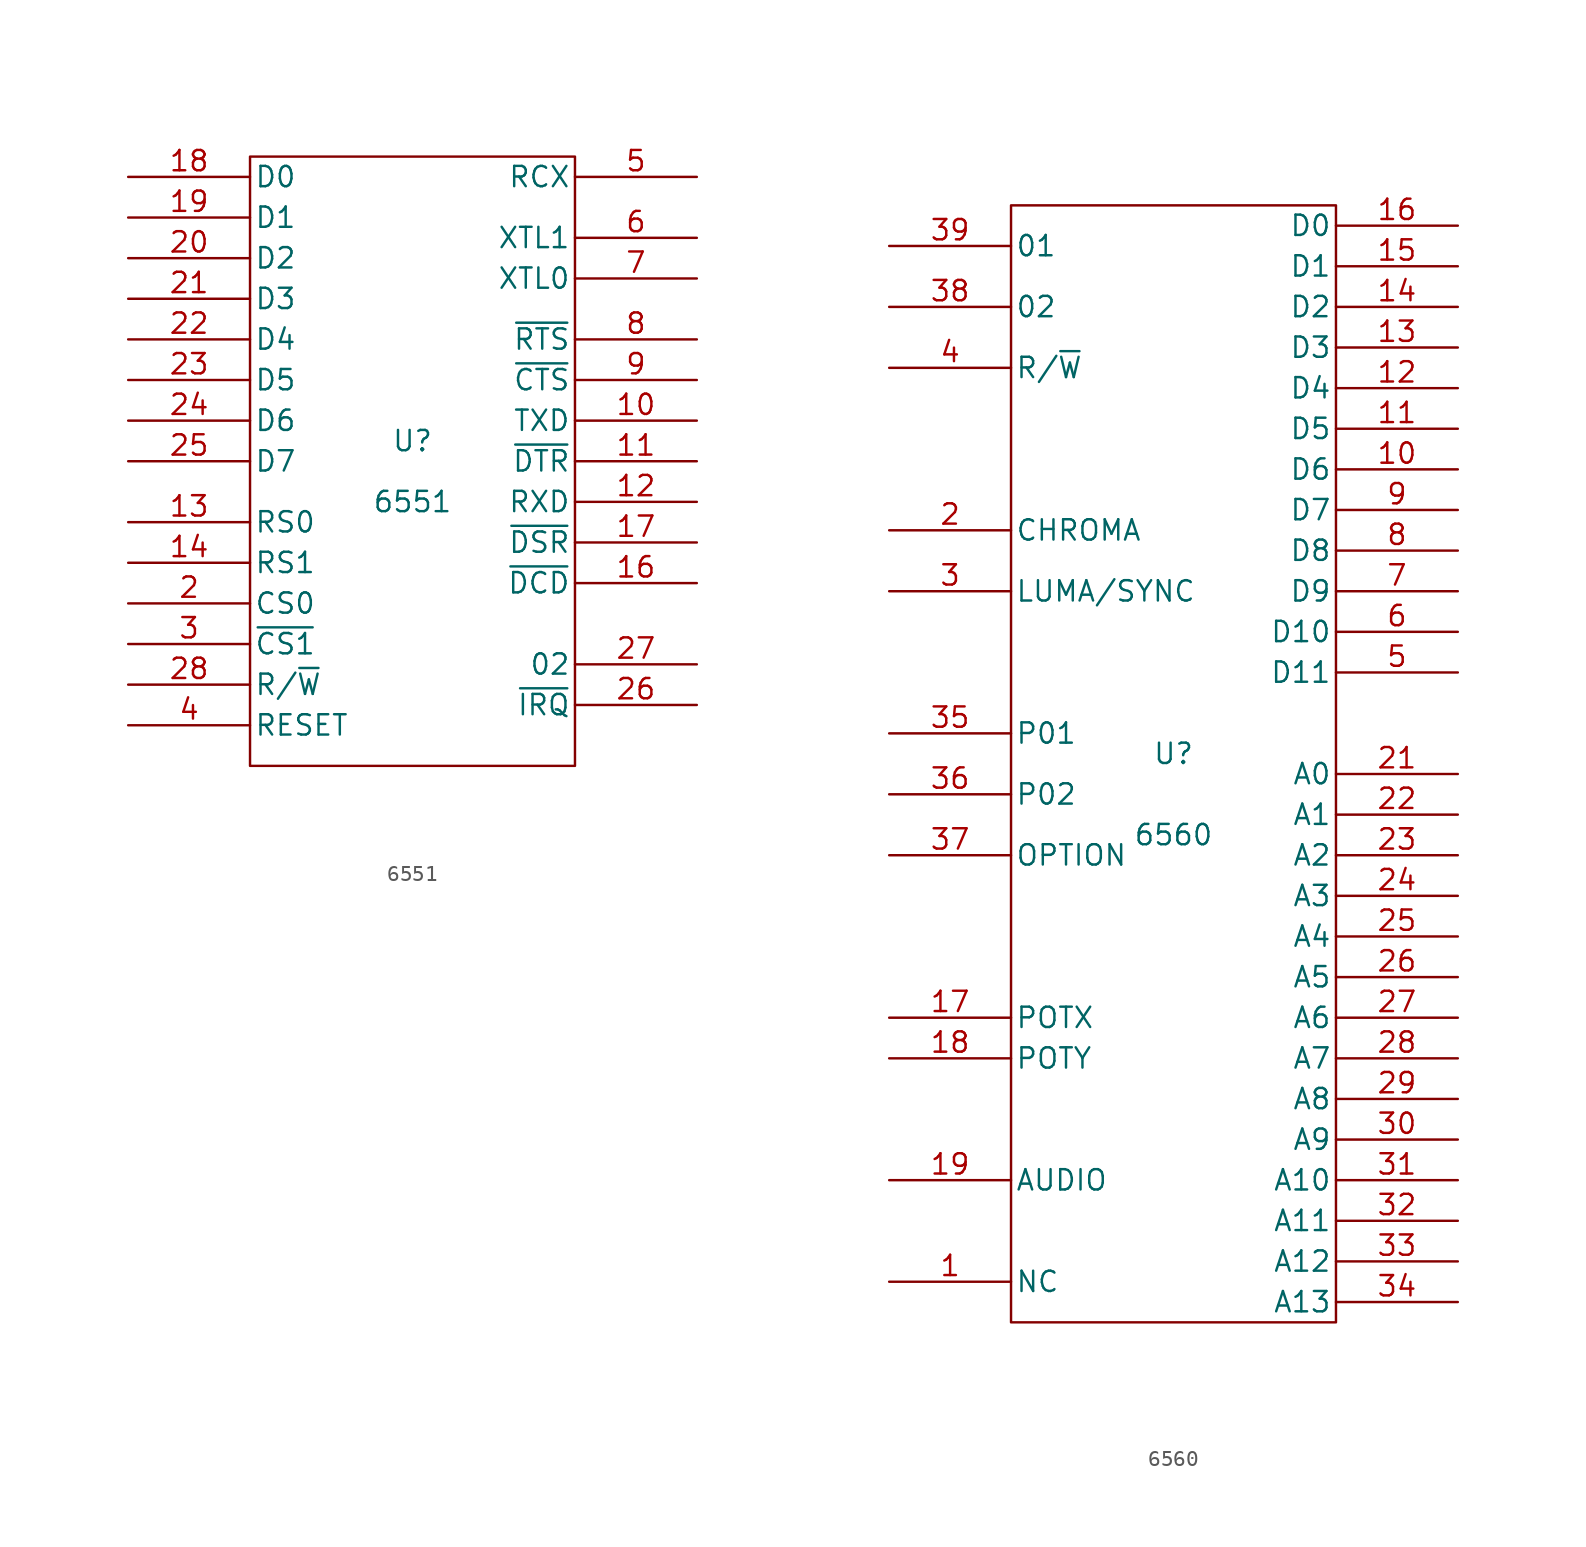
<source format=kicad_sym>
(kicad_symbol_lib
  (version 20231120)
  (generator "kicad_symbol_editor")
  (generator_version "8.0")
  (symbol "6551"
    (pin_names
      (offset 0.254))
    (property "Reference" "U"
      (at 0 1.27 0)
      (effects (font (size 1.27 1.27))))
    (property "Value" "6551"
      (at 0 -2.54 0)
      (effects (font (size 1.27 1.27))))
    (property "Footprint" ""
      (at 0 0 0)
      (effects (font (size 1.27 1.27))))
    (property "Datasheet" ""
      (at 0 0 0)
      (effects (font (size 1.27 1.27))))
    (symbol "6551_0_0"
      (pin power_in line (at 0 -20.32 90) (length 1.27) hide (name "GND" (effects (font (size 1.27 1.27)))) (number "1" (effects (font (size 1.27 1.27)))))
      (pin power_in line (at 0 20.32 270) (length 1.27) hide (name "Vcc" (effects (font (size 1.27 1.27)))) (number "15" (effects (font (size 1.27 1.27))))))
    (symbol "6551_0_1"
      (rectangle (start 10.16 19.05) (end -10.16 -19.05) (stroke (width 0) (type solid)) (fill (type none))))
    (symbol "6551_1_1"
      (pin bidirectional line (at 17.78 2.54 180) (length 7.62) (name "TXD" (effects (font (size 1.27 1.27)))) (number "10" (effects (font (size 1.27 1.27)))))
      (pin bidirectional line (at 17.78 0 180) (length 7.62) (name "~{DTR}" (effects (font (size 1.27 1.27)))) (number "11" (effects (font (size 1.27 1.27)))))
      (pin bidirectional line (at 17.78 -2.54 180) (length 7.62) (name "RXD" (effects (font (size 1.27 1.27)))) (number "12" (effects (font (size 1.27 1.27)))))
      (pin input line (at -17.78 -3.81 0) (length 7.62) (name "RS0" (effects (font (size 1.27 1.27)))) (number "13" (effects (font (size 1.27 1.27)))))
      (pin input line (at -17.78 -6.35 0) (length 7.62) (name "RS1" (effects (font (size 1.27 1.27)))) (number "14" (effects (font (size 1.27 1.27)))))
      (pin input line (at 17.78 -7.62 180) (length 7.62) (name "~{DCD}" (effects (font (size 1.27 1.27)))) (number "16" (effects (font (size 1.27 1.27)))))
      (pin bidirectional line (at 17.78 -5.08 180) (length 7.62) (name "~{DSR}" (effects (font (size 1.27 1.27)))) (number "17" (effects (font (size 1.27 1.27)))))
      (pin bidirectional line (at -17.78 17.78 0) (length 7.62) (name "D0" (effects (font (size 1.27 1.27)))) (number "18" (effects (font (size 1.27 1.27)))))
      (pin bidirectional line (at -17.78 15.24 0) (length 7.62) (name "D1" (effects (font (size 1.27 1.27)))) (number "19" (effects (font (size 1.27 1.27)))))
      (pin input line (at -17.78 -8.89 0) (length 7.62) (name "CS0" (effects (font (size 1.27 1.27)))) (number "2" (effects (font (size 1.27 1.27)))))
      (pin bidirectional line (at -17.78 12.7 0) (length 7.62) (name "D2" (effects (font (size 1.27 1.27)))) (number "20" (effects (font (size 1.27 1.27)))))
      (pin bidirectional line (at -17.78 10.16 0) (length 7.62) (name "D3" (effects (font (size 1.27 1.27)))) (number "21" (effects (font (size 1.27 1.27)))))
      (pin bidirectional line (at -17.78 7.62 0) (length 7.62) (name "D4" (effects (font (size 1.27 1.27)))) (number "22" (effects (font (size 1.27 1.27)))))
      (pin bidirectional line (at -17.78 5.08 0) (length 7.62) (name "D5" (effects (font (size 1.27 1.27)))) (number "23" (effects (font (size 1.27 1.27)))))
      (pin bidirectional line (at -17.78 2.54 0) (length 7.62) (name "D6" (effects (font (size 1.27 1.27)))) (number "24" (effects (font (size 1.27 1.27)))))
      (pin tri_state line (at -17.78 0 0) (length 7.62) (name "D7" (effects (font (size 1.27 1.27)))) (number "25" (effects (font (size 1.27 1.27)))))
      (pin output line (at 17.78 -15.24 180) (length 7.62) (name "~{IRQ}" (effects (font (size 1.27 1.27)))) (number "26" (effects (font (size 1.27 1.27)))))
      (pin input line (at 17.78 -12.7 180) (length 7.62) (name "02" (effects (font (size 1.27 1.27)))) (number "27" (effects (font (size 1.27 1.27)))))
      (pin input line (at -17.78 -13.97 0) (length 7.62) (name "R/~{W}" (effects (font (size 1.27 1.27)))) (number "28" (effects (font (size 1.27 1.27)))))
      (pin input line (at -17.78 -11.43 0) (length 7.62) (name "~{CS1}" (effects (font (size 1.27 1.27)))) (number "3" (effects (font (size 1.27 1.27)))))
      (pin input line (at -17.78 -16.51 0) (length 7.62) (name "RESET" (effects (font (size 1.27 1.27)))) (number "4" (effects (font (size 1.27 1.27)))))
      (pin bidirectional line (at 17.78 17.78 180) (length 7.62) (name "RCX" (effects (font (size 1.27 1.27)))) (number "5" (effects (font (size 1.27 1.27)))))
      (pin input line (at 17.78 13.97 180) (length 7.62) (name "XTL1" (effects (font (size 1.27 1.27)))) (number "6" (effects (font (size 1.27 1.27)))))
      (pin input line (at 17.78 11.43 180) (length 7.62) (name "XTL0" (effects (font (size 1.27 1.27)))) (number "7" (effects (font (size 1.27 1.27)))))
      (pin input line (at 17.78 7.62 180) (length 7.62) (name "~{RTS}" (effects (font (size 1.27 1.27)))) (number "8" (effects (font (size 1.27 1.27)))))
      (pin input line (at 17.78 5.08 180) (length 7.62) (name "~{CTS}" (effects (font (size 1.27 1.27)))) (number "9" (effects (font (size 1.27 1.27)))))))
  (symbol "6560"
    (pin_names
      (offset 0.254))
    (property "Reference" "U"
      (at 0 -15.24 0)
      (effects (font (size 1.27 1.27))))
    (property "Value" "6560"
      (at 0 -20.32 0)
      (effects (font (size 1.27 1.27))))
    (property "Footprint" ""
      (at 0 0 0)
      (effects (font (size 1.27 1.27))))
    (property "Datasheet" ""
      (at 0 0 0)
      (effects (font (size 1.27 1.27))))
    (symbol "6560_0_0"
      (pin power_in line (at 0 -50.8 90) (length 1.27) hide (name "GND" (effects (font (size 1.27 1.27)))) (number "20" (effects (font (size 1.27 1.27)))))
      (pin power_in line (at 0 20.32 270) (length 1.27) hide (name "VCC" (effects (font (size 1.27 1.27)))) (number "40" (effects (font (size 1.27 1.27))))))
    (symbol "6560_0_1"
      (rectangle (start -10.16 19.05) (end 10.16 -50.8) (stroke (width 0) (type solid)) (fill (type none))))
    (symbol "6560_1_1"
      (pin bidirectional line (at -17.78 -48.26 0) (length 7.62) (name "NC" (effects (font (size 1.27 1.27)))) (number "1" (effects (font (size 1.27 1.27)))))
      (pin bidirectional line (at 17.78 2.54 180) (length 7.62) (name "D6" (effects (font (size 1.27 1.27)))) (number "10" (effects (font (size 1.27 1.27)))))
      (pin bidirectional line (at 17.78 5.08 180) (length 7.62) (name "D5" (effects (font (size 1.27 1.27)))) (number "11" (effects (font (size 1.27 1.27)))))
      (pin bidirectional line (at 17.78 7.62 180) (length 7.62) (name "D4" (effects (font (size 1.27 1.27)))) (number "12" (effects (font (size 1.27 1.27)))))
      (pin bidirectional line (at 17.78 10.16 180) (length 7.62) (name "D3" (effects (font (size 1.27 1.27)))) (number "13" (effects (font (size 1.27 1.27)))))
      (pin bidirectional line (at 17.78 12.7 180) (length 7.62) (name "D2" (effects (font (size 1.27 1.27)))) (number "14" (effects (font (size 1.27 1.27)))))
      (pin bidirectional line (at 17.78 15.24 180) (length 7.62) (name "D1" (effects (font (size 1.27 1.27)))) (number "15" (effects (font (size 1.27 1.27)))))
      (pin bidirectional line (at 17.78 17.78 180) (length 7.62) (name "D0" (effects (font (size 1.27 1.27)))) (number "16" (effects (font (size 1.27 1.27)))))
      (pin input line (at -17.78 -31.75 0) (length 7.62) (name "POTX" (effects (font (size 1.27 1.27)))) (number "17" (effects (font (size 1.27 1.27)))))
      (pin input line (at -17.78 -34.29 0) (length 7.62) (name "POTY" (effects (font (size 1.27 1.27)))) (number "18" (effects (font (size 1.27 1.27)))))
      (pin output line (at -17.78 -41.91 0) (length 7.62) (name "AUDIO" (effects (font (size 1.27 1.27)))) (number "19" (effects (font (size 1.27 1.27)))))
      (pin input line (at -17.78 -1.27 0) (length 7.62) (name "CHROMA" (effects (font (size 1.27 1.27)))) (number "2" (effects (font (size 1.27 1.27)))))
      (pin output line (at 17.78 -16.51 180) (length 7.62) (name "A0" (effects (font (size 1.27 1.27)))) (number "21" (effects (font (size 1.27 1.27)))))
      (pin output line (at 17.78 -19.05 180) (length 7.62) (name "A1" (effects (font (size 1.27 1.27)))) (number "22" (effects (font (size 1.27 1.27)))))
      (pin output line (at 17.78 -21.59 180) (length 7.62) (name "A2" (effects (font (size 1.27 1.27)))) (number "23" (effects (font (size 1.27 1.27)))))
      (pin output line (at 17.78 -24.13 180) (length 7.62) (name "A3" (effects (font (size 1.27 1.27)))) (number "24" (effects (font (size 1.27 1.27)))))
      (pin output line (at 17.78 -26.67 180) (length 7.62) (name "A4" (effects (font (size 1.27 1.27)))) (number "25" (effects (font (size 1.27 1.27)))))
      (pin output line (at 17.78 -29.21 180) (length 7.62) (name "A5" (effects (font (size 1.27 1.27)))) (number "26" (effects (font (size 1.27 1.27)))))
      (pin output line (at 17.78 -31.75 180) (length 7.62) (name "A6" (effects (font (size 1.27 1.27)))) (number "27" (effects (font (size 1.27 1.27)))))
      (pin output line (at 17.78 -34.29 180) (length 7.62) (name "A7" (effects (font (size 1.27 1.27)))) (number "28" (effects (font (size 1.27 1.27)))))
      (pin output line (at 17.78 -36.83 180) (length 7.62) (name "A8" (effects (font (size 1.27 1.27)))) (number "29" (effects (font (size 1.27 1.27)))))
      (pin input line (at -17.78 -5.08 0) (length 7.62) (name "LUMA/SYNC" (effects (font (size 1.27 1.27)))) (number "3" (effects (font (size 1.27 1.27)))))
      (pin output line (at 17.78 -39.37 180) (length 7.62) (name "A9" (effects (font (size 1.27 1.27)))) (number "30" (effects (font (size 1.27 1.27)))))
      (pin input line (at 17.78 -41.91 180) (length 7.62) (name "A10" (effects (font (size 1.27 1.27)))) (number "31" (effects (font (size 1.27 1.27)))))
      (pin output line (at 17.78 -44.45 180) (length 7.62) (name "A11" (effects (font (size 1.27 1.27)))) (number "32" (effects (font (size 1.27 1.27)))))
      (pin output line (at 17.78 -46.99 180) (length 7.62) (name "A12" (effects (font (size 1.27 1.27)))) (number "33" (effects (font (size 1.27 1.27)))))
      (pin output line (at 17.78 -49.53 180) (length 7.62) (name "A13" (effects (font (size 1.27 1.27)))) (number "34" (effects (font (size 1.27 1.27)))))
      (pin output line (at -17.78 -13.97 0) (length 7.62) (name "P01" (effects (font (size 1.27 1.27)))) (number "35" (effects (font (size 1.27 1.27)))))
      (pin output line (at -17.78 -17.78 0) (length 7.62) (name "P02" (effects (font (size 1.27 1.27)))) (number "36" (effects (font (size 1.27 1.27)))))
      (pin output line (at -17.78 -21.59 0) (length 7.62) (name "OPTION" (effects (font (size 1.27 1.27)))) (number "37" (effects (font (size 1.27 1.27)))))
      (pin input line (at -17.78 12.7 0) (length 7.62) (name "02" (effects (font (size 1.27 1.27)))) (number "38" (effects (font (size 1.27 1.27)))))
      (pin input line (at -17.78 16.51 0) (length 7.62) (name "01" (effects (font (size 1.27 1.27)))) (number "39" (effects (font (size 1.27 1.27)))))
      (pin output line (at -17.78 8.89 0) (length 7.62) (name "R/~{W}" (effects (font (size 1.27 1.27)))) (number "4" (effects (font (size 1.27 1.27)))))
      (pin bidirectional line (at 17.78 -10.16 180) (length 7.62) (name "D11" (effects (font (size 1.27 1.27)))) (number "5" (effects (font (size 1.27 1.27)))))
      (pin bidirectional line (at 17.78 -7.62 180) (length 7.62) (name "D10" (effects (font (size 1.27 1.27)))) (number "6" (effects (font (size 1.27 1.27)))))
      (pin output line (at 17.78 -5.08 180) (length 7.62) (name "D9" (effects (font (size 1.27 1.27)))) (number "7" (effects (font (size 1.27 1.27)))))
      (pin output line (at 17.78 -2.54 180) (length 7.62) (name "D8" (effects (font (size 1.27 1.27)))) (number "8" (effects (font (size 1.27 1.27)))))
      (pin bidirectional line (at 17.78 0 180) (length 7.62) (name "D7" (effects (font (size 1.27 1.27)))) (number "9" (effects (font (size 1.27 1.27))))))))
</source>
